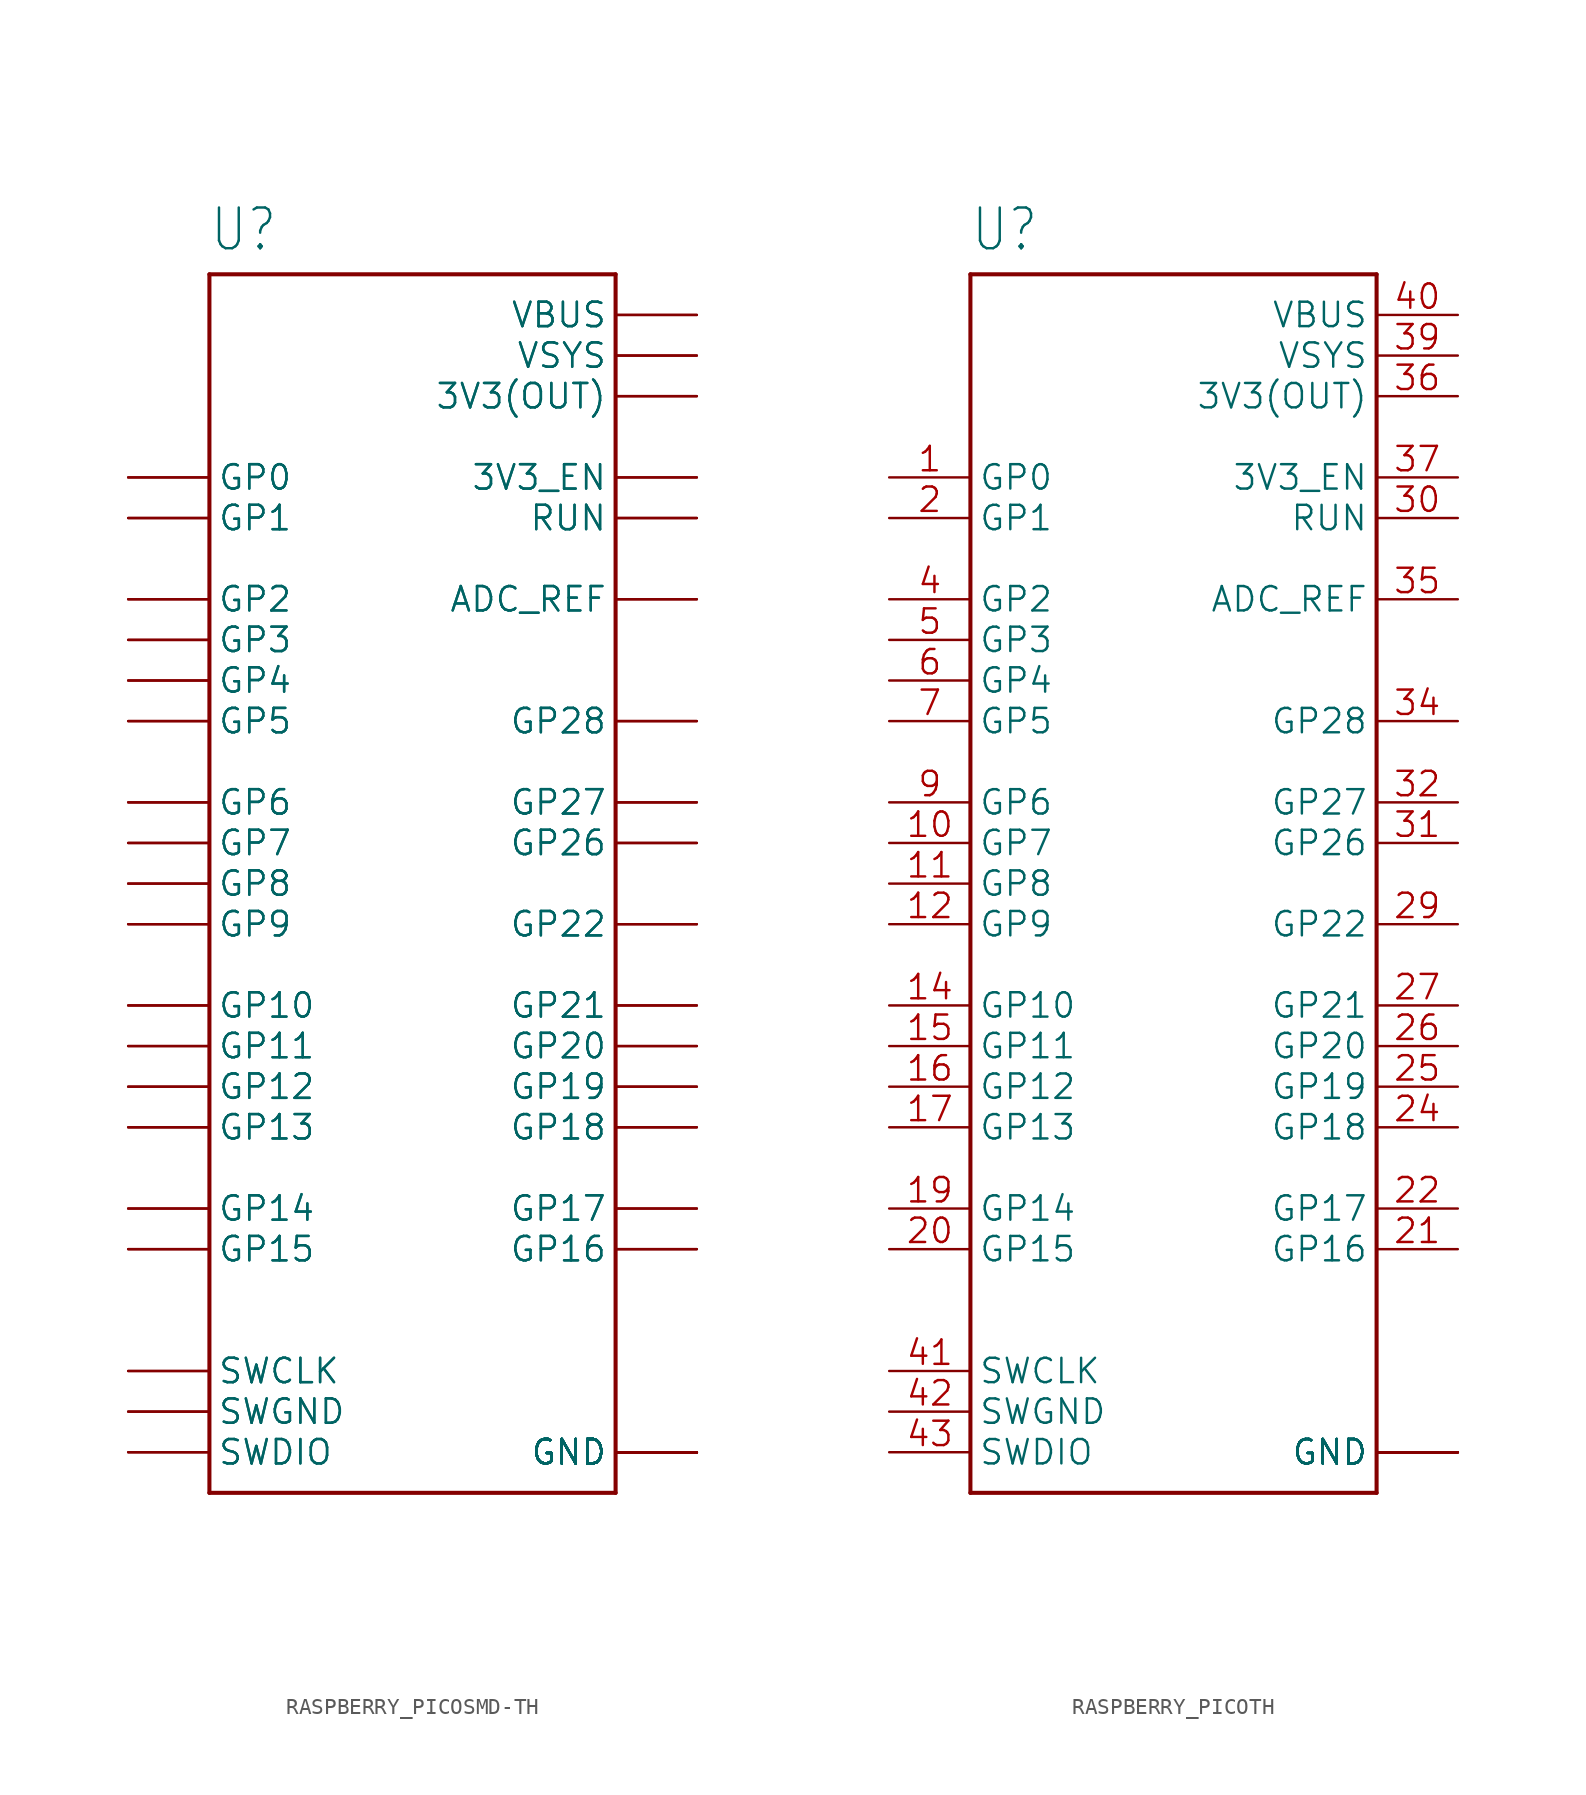
<source format=kicad_sym>
(kicad_symbol_lib
  (version 20241209)
  (generator "kicad_symbol_editor")
  (generator_version "9.0")
  (symbol "RASPBERRY_PICOSMD-TH"
    (property "Reference" "U"
      (at -12.716 39.415 0)
      (effects (font (size 2.544 2.162)) (justify left bottom)))
    (property "Value" ""
      (at -12.707 -41.931 0)
      (effects (font (size 2.542 2.16)) (justify left bottom)))
    (property "ki_locked" ""
      (at 0 0 0)
      (effects (font (size 1.27 1.27))))
    (symbol "RASPBERRY_PICOSMD-TH_1_0"
      (polyline (pts (xy -12.7 38.1) (xy 12.7 38.1)) (stroke (width 0.254) (type solid)) (fill (type none)))
      (polyline (pts (xy -12.7 -38.1) (xy -12.7 38.1)) (stroke (width 0.254) (type solid)) (fill (type none)))
      (polyline (pts (xy 12.7 38.1) (xy 12.7 -38.1)) (stroke (width 0.254) (type solid)) (fill (type none)))
      (polyline (pts (xy 12.7 -38.1) (xy -12.7 -38.1)) (stroke (width 0.254) (type solid)) (fill (type none)))
      (pin bidirectional line (at -17.78 25.4 0) (length 5.08) (name "GP0" (effects (font (size 1.524 1.524)))) (number "1" (effects (font (size 0 0)))))
      (pin bidirectional line (at -17.78 25.4 0) (length 5.08) (name "GP0" (effects (font (size 1.524 1.524)))) (number "P$1" (effects (font (size 0 0)))))
      (pin bidirectional line (at -17.78 22.86 0) (length 5.08) (name "GP1" (effects (font (size 1.524 1.524)))) (number "2" (effects (font (size 0 0)))))
      (pin bidirectional line (at -17.78 22.86 0) (length 5.08) (name "GP1" (effects (font (size 1.524 1.524)))) (number "P$2" (effects (font (size 0 0)))))
      (pin bidirectional line (at -17.78 17.78 0) (length 5.08) (name "GP2" (effects (font (size 1.524 1.524)))) (number "4" (effects (font (size 0 0)))))
      (pin bidirectional line (at -17.78 17.78 0) (length 5.08) (name "GP2" (effects (font (size 1.524 1.524)))) (number "P$4" (effects (font (size 0 0)))))
      (pin bidirectional line (at -17.78 15.24 0) (length 5.08) (name "GP3" (effects (font (size 1.524 1.524)))) (number "5" (effects (font (size 0 0)))))
      (pin bidirectional line (at -17.78 15.24 0) (length 5.08) (name "GP3" (effects (font (size 1.524 1.524)))) (number "P$5" (effects (font (size 0 0)))))
      (pin bidirectional line (at -17.78 12.7 0) (length 5.08) (name "GP4" (effects (font (size 1.524 1.524)))) (number "6" (effects (font (size 0 0)))))
      (pin bidirectional line (at -17.78 12.7 0) (length 5.08) (name "GP4" (effects (font (size 1.524 1.524)))) (number "P$6" (effects (font (size 0 0)))))
      (pin bidirectional line (at -17.78 10.16 0) (length 5.08) (name "GP5" (effects (font (size 1.524 1.524)))) (number "7" (effects (font (size 0 0)))))
      (pin bidirectional line (at -17.78 10.16 0) (length 5.08) (name "GP5" (effects (font (size 1.524 1.524)))) (number "P$7" (effects (font (size 0 0)))))
      (pin bidirectional line (at -17.78 5.08 0) (length 5.08) (name "GP6" (effects (font (size 1.524 1.524)))) (number "9" (effects (font (size 0 0)))))
      (pin bidirectional line (at -17.78 5.08 0) (length 5.08) (name "GP6" (effects (font (size 1.524 1.524)))) (number "P$9" (effects (font (size 0 0)))))
      (pin bidirectional line (at -17.78 2.54 0) (length 5.08) (name "GP7" (effects (font (size 1.524 1.524)))) (number "10" (effects (font (size 0 0)))))
      (pin bidirectional line (at -17.78 2.54 0) (length 5.08) (name "GP7" (effects (font (size 1.524 1.524)))) (number "P$10" (effects (font (size 0 0)))))
      (pin bidirectional line (at -17.78 0 0) (length 5.08) (name "GP8" (effects (font (size 1.524 1.524)))) (number "11" (effects (font (size 0 0)))))
      (pin bidirectional line (at -17.78 0 0) (length 5.08) (name "GP8" (effects (font (size 1.524 1.524)))) (number "P$11" (effects (font (size 0 0)))))
      (pin bidirectional line (at -17.78 -2.54 0) (length 5.08) (name "GP9" (effects (font (size 1.524 1.524)))) (number "12" (effects (font (size 0 0)))))
      (pin bidirectional line (at -17.78 -2.54 0) (length 5.08) (name "GP9" (effects (font (size 1.524 1.524)))) (number "P$12" (effects (font (size 0 0)))))
      (pin bidirectional line (at -17.78 -7.62 0) (length 5.08) (name "GP10" (effects (font (size 1.524 1.524)))) (number "14" (effects (font (size 0 0)))))
      (pin bidirectional line (at -17.78 -7.62 0) (length 5.08) (name "GP10" (effects (font (size 1.524 1.524)))) (number "P$14" (effects (font (size 0 0)))))
      (pin bidirectional line (at -17.78 -10.16 0) (length 5.08) (name "GP11" (effects (font (size 1.524 1.524)))) (number "15" (effects (font (size 0 0)))))
      (pin bidirectional line (at -17.78 -10.16 0) (length 5.08) (name "GP11" (effects (font (size 1.524 1.524)))) (number "P$15" (effects (font (size 0 0)))))
      (pin bidirectional line (at -17.78 -12.7 0) (length 5.08) (name "GP12" (effects (font (size 1.524 1.524)))) (number "16" (effects (font (size 0 0)))))
      (pin bidirectional line (at -17.78 -12.7 0) (length 5.08) (name "GP12" (effects (font (size 1.524 1.524)))) (number "P$16" (effects (font (size 0 0)))))
      (pin bidirectional line (at -17.78 -15.24 0) (length 5.08) (name "GP13" (effects (font (size 1.524 1.524)))) (number "17" (effects (font (size 0 0)))))
      (pin bidirectional line (at -17.78 -15.24 0) (length 5.08) (name "GP13" (effects (font (size 1.524 1.524)))) (number "P$17" (effects (font (size 0 0)))))
      (pin bidirectional line (at -17.78 -20.32 0) (length 5.08) (name "GP14" (effects (font (size 1.524 1.524)))) (number "19" (effects (font (size 0 0)))))
      (pin bidirectional line (at -17.78 -20.32 0) (length 5.08) (name "GP14" (effects (font (size 1.524 1.524)))) (number "P$19" (effects (font (size 0 0)))))
      (pin bidirectional line (at -17.78 -22.86 0) (length 5.08) (name "GP15" (effects (font (size 1.524 1.524)))) (number "20" (effects (font (size 0 0)))))
      (pin bidirectional line (at -17.78 -22.86 0) (length 5.08) (name "GP15" (effects (font (size 1.524 1.524)))) (number "P$20" (effects (font (size 0 0)))))
      (pin input line (at -17.78 -30.48 0) (length 5.08) (name "SWCLK" (effects (font (size 1.524 1.524)))) (number "41" (effects (font (size 0 0)))))
      (pin input line (at -17.78 -30.48 0) (length 5.08) (name "SWCLK" (effects (font (size 1.524 1.524)))) (number "P$41" (effects (font (size 0 0)))))
      (pin power_in line (at -17.78 -33.02 0) (length 5.08) (name "SWGND" (effects (font (size 1.524 1.524)))) (number "42" (effects (font (size 0 0)))))
      (pin power_in line (at -17.78 -33.02 0) (length 5.08) (name "SWGND" (effects (font (size 1.524 1.524)))) (number "P$42" (effects (font (size 0 0)))))
      (pin bidirectional line (at -17.78 -35.56 0) (length 5.08) (name "SWDIO" (effects (font (size 1.524 1.524)))) (number "43" (effects (font (size 0 0)))))
      (pin bidirectional line (at -17.78 -35.56 0) (length 5.08) (name "SWDIO" (effects (font (size 1.524 1.524)))) (number "P$43" (effects (font (size 0 0)))))
      (pin power_in line (at 17.78 35.56 180) (length 5.08) (name "VBUS" (effects (font (size 1.524 1.524)))) (number "40" (effects (font (size 0 0)))))
      (pin power_in line (at 17.78 35.56 180) (length 5.08) (name "VBUS" (effects (font (size 1.524 1.524)))) (number "P$40" (effects (font (size 0 0)))))
      (pin power_in line (at 17.78 33.02 180) (length 5.08) (name "VSYS" (effects (font (size 1.524 1.524)))) (number "39" (effects (font (size 0 0)))))
      (pin power_in line (at 17.78 33.02 180) (length 5.08) (name "VSYS" (effects (font (size 1.524 1.524)))) (number "P$39" (effects (font (size 0 0)))))
      (pin power_in line (at 17.78 30.48 180) (length 5.08) (name "3V3(OUT)" (effects (font (size 1.524 1.524)))) (number "36" (effects (font (size 0 0)))))
      (pin power_in line (at 17.78 30.48 180) (length 5.08) (name "3V3(OUT)" (effects (font (size 1.524 1.524)))) (number "P$36" (effects (font (size 0 0)))))
      (pin input line (at 17.78 25.4 180) (length 5.08) (name "3V3_EN" (effects (font (size 1.524 1.524)))) (number "37" (effects (font (size 0 0)))))
      (pin input line (at 17.78 25.4 180) (length 5.08) (name "3V3_EN" (effects (font (size 1.524 1.524)))) (number "P$37" (effects (font (size 0 0)))))
      (pin input line (at 17.78 22.86 180) (length 5.08) (name "RUN" (effects (font (size 1.524 1.524)))) (number "30" (effects (font (size 0 0)))))
      (pin input line (at 17.78 22.86 180) (length 5.08) (name "RUN" (effects (font (size 1.524 1.524)))) (number "P$30" (effects (font (size 0 0)))))
      (pin input line (at 17.78 17.78 180) (length 5.08) (name "ADC_REF" (effects (font (size 1.524 1.524)))) (number "35" (effects (font (size 0 0)))))
      (pin input line (at 17.78 17.78 180) (length 5.08) (name "ADC_REF" (effects (font (size 1.524 1.524)))) (number "P$35" (effects (font (size 0 0)))))
      (pin bidirectional line (at 17.78 10.16 180) (length 5.08) (name "GP28" (effects (font (size 1.524 1.524)))) (number "34" (effects (font (size 0 0)))))
      (pin bidirectional line (at 17.78 10.16 180) (length 5.08) (name "GP28" (effects (font (size 1.524 1.524)))) (number "P$34" (effects (font (size 0 0)))))
      (pin bidirectional line (at 17.78 5.08 180) (length 5.08) (name "GP27" (effects (font (size 1.524 1.524)))) (number "32" (effects (font (size 0 0)))))
      (pin bidirectional line (at 17.78 5.08 180) (length 5.08) (name "GP27" (effects (font (size 1.524 1.524)))) (number "P$32" (effects (font (size 0 0)))))
      (pin bidirectional line (at 17.78 2.54 180) (length 5.08) (name "GP26" (effects (font (size 1.524 1.524)))) (number "31" (effects (font (size 0 0)))))
      (pin bidirectional line (at 17.78 2.54 180) (length 5.08) (name "GP26" (effects (font (size 1.524 1.524)))) (number "P$31" (effects (font (size 0 0)))))
      (pin bidirectional line (at 17.78 -2.54 180) (length 5.08) (name "GP22" (effects (font (size 1.524 1.524)))) (number "29" (effects (font (size 0 0)))))
      (pin bidirectional line (at 17.78 -2.54 180) (length 5.08) (name "GP22" (effects (font (size 1.524 1.524)))) (number "P$29" (effects (font (size 0 0)))))
      (pin bidirectional line (at 17.78 -7.62 180) (length 5.08) (name "GP21" (effects (font (size 1.524 1.524)))) (number "27" (effects (font (size 0 0)))))
      (pin bidirectional line (at 17.78 -7.62 180) (length 5.08) (name "GP21" (effects (font (size 1.524 1.524)))) (number "P$27" (effects (font (size 0 0)))))
      (pin bidirectional line (at 17.78 -10.16 180) (length 5.08) (name "GP20" (effects (font (size 1.524 1.524)))) (number "26" (effects (font (size 0 0)))))
      (pin bidirectional line (at 17.78 -10.16 180) (length 5.08) (name "GP20" (effects (font (size 1.524 1.524)))) (number "P$26" (effects (font (size 0 0)))))
      (pin bidirectional line (at 17.78 -12.7 180) (length 5.08) (name "GP19" (effects (font (size 1.524 1.524)))) (number "25" (effects (font (size 0 0)))))
      (pin bidirectional line (at 17.78 -12.7 180) (length 5.08) (name "GP19" (effects (font (size 1.524 1.524)))) (number "P$25" (effects (font (size 0 0)))))
      (pin bidirectional line (at 17.78 -15.24 180) (length 5.08) (name "GP18" (effects (font (size 1.524 1.524)))) (number "24" (effects (font (size 0 0)))))
      (pin bidirectional line (at 17.78 -15.24 180) (length 5.08) (name "GP18" (effects (font (size 1.524 1.524)))) (number "P$24" (effects (font (size 0 0)))))
      (pin bidirectional line (at 17.78 -20.32 180) (length 5.08) (name "GP17" (effects (font (size 1.524 1.524)))) (number "22" (effects (font (size 0 0)))))
      (pin bidirectional line (at 17.78 -20.32 180) (length 5.08) (name "GP17" (effects (font (size 1.524 1.524)))) (number "P$22" (effects (font (size 0 0)))))
      (pin bidirectional line (at 17.78 -22.86 180) (length 5.08) (name "GP16" (effects (font (size 1.524 1.524)))) (number "21" (effects (font (size 0 0)))))
      (pin bidirectional line (at 17.78 -22.86 180) (length 5.08) (name "GP16" (effects (font (size 1.524 1.524)))) (number "P$21" (effects (font (size 0 0)))))
      (pin power_in line (at 17.78 -35.56 180) (length 5.08) (name "GND" (effects (font (size 1.524 1.524)))) (number "13" (effects (font (size 0 0)))))
      (pin power_in line (at 17.78 -35.56 180) (length 5.08) (name "GND" (effects (font (size 1.524 1.524)))) (number "18" (effects (font (size 0 0)))))
      (pin power_in line (at 17.78 -35.56 180) (length 5.08) (name "GND" (effects (font (size 1.524 1.524)))) (number "23" (effects (font (size 0 0)))))
      (pin power_in line (at 17.78 -35.56 180) (length 5.08) (name "GND" (effects (font (size 1.524 1.524)))) (number "28" (effects (font (size 0 0)))))
      (pin power_in line (at 17.78 -35.56 180) (length 5.08) (name "GND" (effects (font (size 1.524 1.524)))) (number "3" (effects (font (size 0 0)))))
      (pin power_in line (at 17.78 -35.56 180) (length 5.08) (name "GND" (effects (font (size 1.524 1.524)))) (number "33" (effects (font (size 0 0)))))
      (pin power_in line (at 17.78 -35.56 180) (length 5.08) (name "GND" (effects (font (size 1.524 1.524)))) (number "38" (effects (font (size 0 0)))))
      (pin power_in line (at 17.78 -35.56 180) (length 5.08) (name "GND" (effects (font (size 1.524 1.524)))) (number "8" (effects (font (size 0 0)))))
      (pin power_in line (at 17.78 -35.56 180) (length 5.08) (name "GND" (effects (font (size 1.524 1.524)))) (number "P$13" (effects (font (size 0 0)))))
      (pin power_in line (at 17.78 -35.56 180) (length 5.08) (name "GND" (effects (font (size 1.524 1.524)))) (number "P$18" (effects (font (size 0 0)))))
      (pin power_in line (at 17.78 -35.56 180) (length 5.08) (name "GND" (effects (font (size 1.524 1.524)))) (number "P$23" (effects (font (size 0 0)))))
      (pin power_in line (at 17.78 -35.56 180) (length 5.08) (name "GND" (effects (font (size 1.524 1.524)))) (number "P$28" (effects (font (size 0 0)))))
      (pin power_in line (at 17.78 -35.56 180) (length 5.08) (name "GND" (effects (font (size 1.524 1.524)))) (number "P$3" (effects (font (size 0 0)))))
      (pin power_in line (at 17.78 -35.56 180) (length 5.08) (name "GND" (effects (font (size 1.524 1.524)))) (number "P$33" (effects (font (size 0 0)))))
      (pin power_in line (at 17.78 -35.56 180) (length 5.08) (name "GND" (effects (font (size 1.524 1.524)))) (number "P$38" (effects (font (size 0 0)))))
      (pin power_in line (at 17.78 -35.56 180) (length 5.08) (name "GND" (effects (font (size 1.524 1.524)))) (number "P$8" (effects (font (size 0 0)))))))
  (symbol "RASPBERRY_PICOTH"
    (property "Reference" "U"
      (at -12.716 39.415 0)
      (effects (font (size 2.544 2.162)) (justify left bottom)))
    (property "Value" ""
      (at -12.707 -41.931 0)
      (effects (font (size 2.542 2.16)) (justify left bottom)))
    (property "ki_locked" ""
      (at 0 0 0)
      (effects (font (size 1.27 1.27))))
    (symbol "RASPBERRY_PICOTH_1_0"
      (polyline (pts (xy -12.7 38.1) (xy 12.7 38.1)) (stroke (width 0.254) (type solid)) (fill (type none)))
      (polyline (pts (xy -12.7 -38.1) (xy -12.7 38.1)) (stroke (width 0.254) (type solid)) (fill (type none)))
      (polyline (pts (xy 12.7 38.1) (xy 12.7 -38.1)) (stroke (width 0.254) (type solid)) (fill (type none)))
      (polyline (pts (xy 12.7 -38.1) (xy -12.7 -38.1)) (stroke (width 0.254) (type solid)) (fill (type none)))
      (pin bidirectional line (at -17.78 25.4 0) (length 5.08) (name "GP0" (effects (font (size 1.524 1.524)))) (number "1" (effects (font (size 1.524 1.524)))))
      (pin bidirectional line (at -17.78 22.86 0) (length 5.08) (name "GP1" (effects (font (size 1.524 1.524)))) (number "2" (effects (font (size 1.524 1.524)))))
      (pin bidirectional line (at -17.78 17.78 0) (length 5.08) (name "GP2" (effects (font (size 1.524 1.524)))) (number "4" (effects (font (size 1.524 1.524)))))
      (pin bidirectional line (at -17.78 15.24 0) (length 5.08) (name "GP3" (effects (font (size 1.524 1.524)))) (number "5" (effects (font (size 1.524 1.524)))))
      (pin bidirectional line (at -17.78 12.7 0) (length 5.08) (name "GP4" (effects (font (size 1.524 1.524)))) (number "6" (effects (font (size 1.524 1.524)))))
      (pin bidirectional line (at -17.78 10.16 0) (length 5.08) (name "GP5" (effects (font (size 1.524 1.524)))) (number "7" (effects (font (size 1.524 1.524)))))
      (pin bidirectional line (at -17.78 5.08 0) (length 5.08) (name "GP6" (effects (font (size 1.524 1.524)))) (number "9" (effects (font (size 1.524 1.524)))))
      (pin bidirectional line (at -17.78 2.54 0) (length 5.08) (name "GP7" (effects (font (size 1.524 1.524)))) (number "10" (effects (font (size 1.524 1.524)))))
      (pin bidirectional line (at -17.78 0 0) (length 5.08) (name "GP8" (effects (font (size 1.524 1.524)))) (number "11" (effects (font (size 1.524 1.524)))))
      (pin bidirectional line (at -17.78 -2.54 0) (length 5.08) (name "GP9" (effects (font (size 1.524 1.524)))) (number "12" (effects (font (size 1.524 1.524)))))
      (pin bidirectional line (at -17.78 -7.62 0) (length 5.08) (name "GP10" (effects (font (size 1.524 1.524)))) (number "14" (effects (font (size 1.524 1.524)))))
      (pin bidirectional line (at -17.78 -10.16 0) (length 5.08) (name "GP11" (effects (font (size 1.524 1.524)))) (number "15" (effects (font (size 1.524 1.524)))))
      (pin bidirectional line (at -17.78 -12.7 0) (length 5.08) (name "GP12" (effects (font (size 1.524 1.524)))) (number "16" (effects (font (size 1.524 1.524)))))
      (pin bidirectional line (at -17.78 -15.24 0) (length 5.08) (name "GP13" (effects (font (size 1.524 1.524)))) (number "17" (effects (font (size 1.524 1.524)))))
      (pin bidirectional line (at -17.78 -20.32 0) (length 5.08) (name "GP14" (effects (font (size 1.524 1.524)))) (number "19" (effects (font (size 1.524 1.524)))))
      (pin bidirectional line (at -17.78 -22.86 0) (length 5.08) (name "GP15" (effects (font (size 1.524 1.524)))) (number "20" (effects (font (size 1.524 1.524)))))
      (pin input line (at -17.78 -30.48 0) (length 5.08) (name "SWCLK" (effects (font (size 1.524 1.524)))) (number "41" (effects (font (size 1.524 1.524)))))
      (pin power_in line (at -17.78 -33.02 0) (length 5.08) (name "SWGND" (effects (font (size 1.524 1.524)))) (number "42" (effects (font (size 1.524 1.524)))))
      (pin bidirectional line (at -17.78 -35.56 0) (length 5.08) (name "SWDIO" (effects (font (size 1.524 1.524)))) (number "43" (effects (font (size 1.524 1.524)))))
      (pin power_in line (at 17.78 35.56 180) (length 5.08) (name "VBUS" (effects (font (size 1.524 1.524)))) (number "40" (effects (font (size 1.524 1.524)))))
      (pin power_in line (at 17.78 33.02 180) (length 5.08) (name "VSYS" (effects (font (size 1.524 1.524)))) (number "39" (effects (font (size 1.524 1.524)))))
      (pin power_in line (at 17.78 30.48 180) (length 5.08) (name "3V3(OUT)" (effects (font (size 1.524 1.524)))) (number "36" (effects (font (size 1.524 1.524)))))
      (pin input line (at 17.78 25.4 180) (length 5.08) (name "3V3_EN" (effects (font (size 1.524 1.524)))) (number "37" (effects (font (size 1.524 1.524)))))
      (pin input line (at 17.78 22.86 180) (length 5.08) (name "RUN" (effects (font (size 1.524 1.524)))) (number "30" (effects (font (size 1.524 1.524)))))
      (pin input line (at 17.78 17.78 180) (length 5.08) (name "ADC_REF" (effects (font (size 1.524 1.524)))) (number "35" (effects (font (size 1.524 1.524)))))
      (pin bidirectional line (at 17.78 10.16 180) (length 5.08) (name "GP28" (effects (font (size 1.524 1.524)))) (number "34" (effects (font (size 1.524 1.524)))))
      (pin bidirectional line (at 17.78 5.08 180) (length 5.08) (name "GP27" (effects (font (size 1.524 1.524)))) (number "32" (effects (font (size 1.524 1.524)))))
      (pin bidirectional line (at 17.78 2.54 180) (length 5.08) (name "GP26" (effects (font (size 1.524 1.524)))) (number "31" (effects (font (size 1.524 1.524)))))
      (pin bidirectional line (at 17.78 -2.54 180) (length 5.08) (name "GP22" (effects (font (size 1.524 1.524)))) (number "29" (effects (font (size 1.524 1.524)))))
      (pin bidirectional line (at 17.78 -7.62 180) (length 5.08) (name "GP21" (effects (font (size 1.524 1.524)))) (number "27" (effects (font (size 1.524 1.524)))))
      (pin bidirectional line (at 17.78 -10.16 180) (length 5.08) (name "GP20" (effects (font (size 1.524 1.524)))) (number "26" (effects (font (size 1.524 1.524)))))
      (pin bidirectional line (at 17.78 -12.7 180) (length 5.08) (name "GP19" (effects (font (size 1.524 1.524)))) (number "25" (effects (font (size 1.524 1.524)))))
      (pin bidirectional line (at 17.78 -15.24 180) (length 5.08) (name "GP18" (effects (font (size 1.524 1.524)))) (number "24" (effects (font (size 1.524 1.524)))))
      (pin bidirectional line (at 17.78 -20.32 180) (length 5.08) (name "GP17" (effects (font (size 1.524 1.524)))) (number "22" (effects (font (size 1.524 1.524)))))
      (pin bidirectional line (at 17.78 -22.86 180) (length 5.08) (name "GP16" (effects (font (size 1.524 1.524)))) (number "21" (effects (font (size 1.524 1.524)))))
      (pin power_in line (at 17.78 -35.56 180) (length 5.08) (name "GND" (effects (font (size 1.524 1.524)))) (number "13" (effects (font (size 0 0)))))
      (pin power_in line (at 17.78 -35.56 180) (length 5.08) (name "GND" (effects (font (size 1.524 1.524)))) (number "18" (effects (font (size 0 0)))))
      (pin power_in line (at 17.78 -35.56 180) (length 5.08) (name "GND" (effects (font (size 1.524 1.524)))) (number "23" (effects (font (size 0 0)))))
      (pin power_in line (at 17.78 -35.56 180) (length 5.08) (name "GND" (effects (font (size 1.524 1.524)))) (number "28" (effects (font (size 0 0)))))
      (pin power_in line (at 17.78 -35.56 180) (length 5.08) (name "GND" (effects (font (size 1.524 1.524)))) (number "3" (effects (font (size 0 0)))))
      (pin power_in line (at 17.78 -35.56 180) (length 5.08) (name "GND" (effects (font (size 1.524 1.524)))) (number "33" (effects (font (size 0 0)))))
      (pin power_in line (at 17.78 -35.56 180) (length 5.08) (name "GND" (effects (font (size 1.524 1.524)))) (number "38" (effects (font (size 0 0)))))
      (pin power_in line (at 17.78 -35.56 180) (length 5.08) (name "GND" (effects (font (size 1.524 1.524)))) (number "8" (effects (font (size 0 0))))))))
</source>
